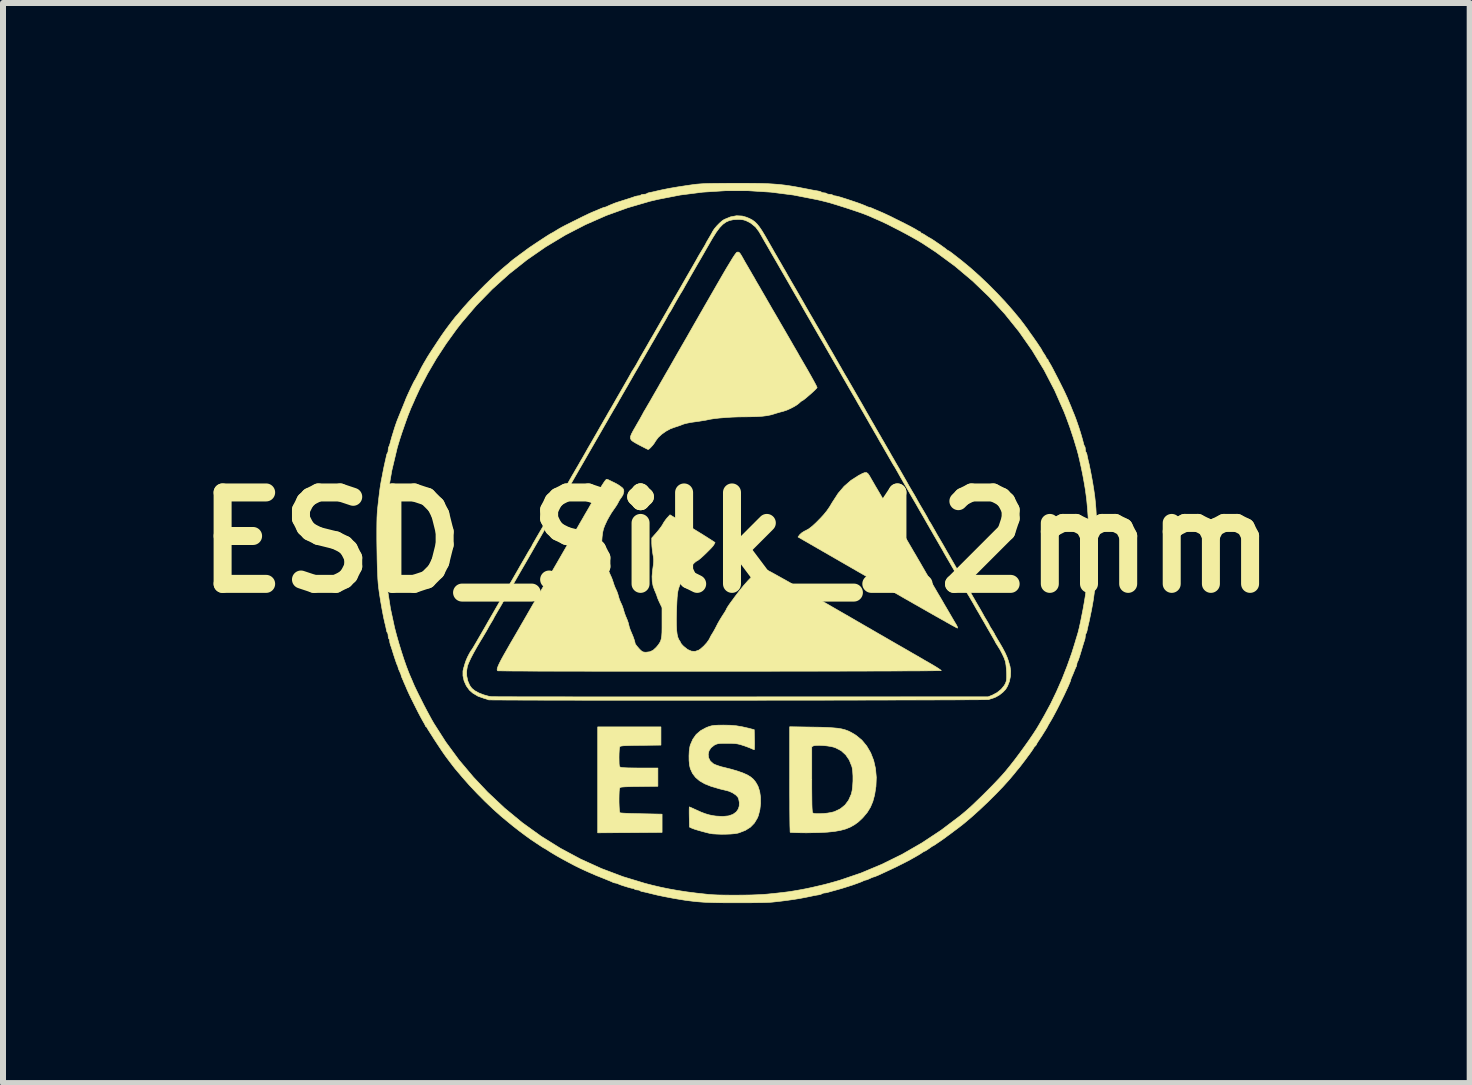
<source format=kicad_pcb>
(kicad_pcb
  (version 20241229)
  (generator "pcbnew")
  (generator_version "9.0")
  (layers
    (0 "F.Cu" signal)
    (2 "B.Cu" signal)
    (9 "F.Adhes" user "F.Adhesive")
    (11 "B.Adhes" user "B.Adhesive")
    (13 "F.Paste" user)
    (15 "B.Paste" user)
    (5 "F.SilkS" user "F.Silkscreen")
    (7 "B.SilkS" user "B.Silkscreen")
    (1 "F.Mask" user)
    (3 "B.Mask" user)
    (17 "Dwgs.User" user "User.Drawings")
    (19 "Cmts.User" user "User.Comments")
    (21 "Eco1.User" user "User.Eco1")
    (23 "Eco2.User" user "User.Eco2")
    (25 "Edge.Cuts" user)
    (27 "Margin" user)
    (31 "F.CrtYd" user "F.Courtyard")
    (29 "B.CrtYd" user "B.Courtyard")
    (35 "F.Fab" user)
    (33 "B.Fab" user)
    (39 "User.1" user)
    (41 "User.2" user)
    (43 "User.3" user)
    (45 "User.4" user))
  (footprint "ESD_Silk_12mm"
    (layer "F.Cu")
    (at 9.224 5.993)
    (property "Reference" "ESD_Silk_12mm" (at 0 0 0) (layer "F.SilkS") (effects (font (size 1.524 1.524) (thickness 0.3))))
    (attr through_hole)
    (fp_poly (pts (xy -1.257 3.377) (xy -1.594 3.381) (xy -1.698 3.382) (xy -1.779 3.384) (xy -1.84 3.386) (xy -1.884 3.388) (xy -1.914 3.392) (xy -1.932 3.396) (xy -1.942 3.402) (xy -1.943 3.404) (xy -1.948 3.423) (xy -1.952 3.462) (xy -1.955 3.516) (xy -1.956 3.577) (xy -1.956 3.578) (xy -1.955 3.644) (xy -1.954 3.688) (xy -1.951 3.717) (xy -1.945 3.734) (xy -1.936 3.743) (xy -1.931 3.746) (xy -1.91 3.75) (xy -1.866 3.754) (xy -1.802 3.757) (xy -1.72 3.758) (xy -1.622 3.759) (xy -1.607 3.759) (xy -1.308 3.759) (xy -1.308 4.063) (xy -1.62 4.067) (xy -1.719 4.068) (xy -1.796 4.07) (xy -1.853 4.072) (xy -1.894 4.075) (xy -1.92 4.078) (xy -1.936 4.083) (xy -1.943 4.089) (xy -1.949 4.11) (xy -1.953 4.15) (xy -1.955 4.203) (xy -1.956 4.264) (xy -1.956 4.328) (xy -1.954 4.389) (xy -1.951 4.442) (xy -1.947 4.482) (xy -1.941 4.503) (xy -1.94 4.505) (xy -1.923 4.508) (xy -1.885 4.511) (xy -1.828 4.514) (xy -1.756 4.517) (xy -1.673 4.519) (xy -1.582 4.521) (xy -1.581 4.521) (xy -1.238 4.528) (xy -1.238 4.832) (xy -1.775 4.836) (xy -2.311 4.839) (xy -2.311 3.073) (xy -1.257 3.073) (xy -1.257 3.377)) (stroke (width 0.01) (type solid)) (fill yes) (layer "F.SilkS"))
    (fp_poly (pts (xy 2.172 -1.165) (xy 2.195 -1.147) (xy 2.22 -1.111) (xy 2.238 -1.079) (xy 2.257 -1.046) (xy 2.285 -0.998) (xy 2.318 -0.94) (xy 2.354 -0.88) (xy 2.356 -0.876) (xy 2.388 -0.822) (xy 2.43 -0.75) (xy 2.48 -0.666) (xy 2.534 -0.573) (xy 2.59 -0.476) (xy 2.646 -0.38) (xy 2.698 -0.29) (xy 2.745 -0.21) (xy 2.783 -0.144) (xy 2.801 -0.114) (xy 2.821 -0.079) (xy 2.851 -0.028) (xy 2.887 0.034) (xy 2.927 0.102) (xy 2.952 0.146) (xy 2.991 0.211) (xy 3.026 0.272) (xy 3.056 0.323) (xy 3.077 0.359) (xy 3.086 0.375) (xy 3.116 0.427) (xy 3.154 0.493) (xy 3.2 0.571) (xy 3.25 0.659) (xy 3.304 0.752) (xy 3.36 0.848) (xy 3.417 0.944) (xy 3.471 1.038) (xy 3.523 1.126) (xy 3.569 1.205) (xy 3.609 1.274) (xy 3.641 1.328) (xy 3.663 1.365) (xy 3.672 1.38) (xy 3.685 1.408) (xy 3.687 1.425) (xy 3.686 1.427) (xy 3.674 1.422) (xy 3.641 1.404) (xy 3.589 1.376) (xy 3.519 1.337) (xy 3.433 1.288) (xy 3.331 1.231) (xy 3.215 1.165) (xy 3.087 1.092) (xy 2.948 1.013) (xy 2.799 0.928) (xy 2.641 0.837) (xy 2.477 0.743) (xy 2.352 0.671) (xy 1.028 -0.092) (xy 1.058 -0.132) (xy 1.09 -0.161) (xy 1.134 -0.189) (xy 1.154 -0.198) (xy 1.205 -0.226) (xy 1.265 -0.272) (xy 1.324 -0.326) (xy 1.399 -0.402) (xy 1.459 -0.467) (xy 1.51 -0.53) (xy 1.556 -0.597) (xy 1.602 -0.674) (xy 1.607 -0.681) (xy 1.697 -0.82) (xy 1.797 -0.937) (xy 1.91 -1.035) (xy 2.039 -1.118) (xy 2.049 -1.123) (xy 2.104 -1.152) (xy 2.143 -1.166) (xy 2.172 -1.165)) (stroke (width 0.01) (type solid)) (fill yes) (layer "F.SilkS"))
    (fp_poly (pts (xy 1.267 3.077) (xy 1.402 3.079) (xy 1.516 3.083) (xy 1.61 3.089) (xy 1.689 3.096) (xy 1.755 3.107) (xy 1.813 3.122) (xy 1.864 3.141) (xy 1.913 3.165) (xy 1.963 3.194) (xy 1.996 3.215) (xy 2.092 3.294) (xy 2.173 3.392) (xy 2.239 3.505) (xy 2.289 3.633) (xy 2.32 3.77) (xy 2.333 3.915) (xy 2.327 4.066) (xy 2.325 4.077) (xy 2.305 4.206) (xy 2.275 4.317) (xy 2.235 4.412) (xy 2.182 4.499) (xy 2.113 4.581) (xy 2.096 4.599) (xy 2.035 4.656) (xy 1.971 4.703) (xy 1.902 4.742) (xy 1.825 4.774) (xy 1.737 4.798) (xy 1.635 4.816) (xy 1.518 4.828) (xy 1.382 4.835) (xy 1.224 4.838) (xy 1.167 4.839) (xy 1.088 4.838) (xy 1.018 4.837) (xy 0.96 4.835) (xy 0.919 4.833) (xy 0.899 4.831) (xy 0.897 4.83) (xy 0.896 4.816) (xy 0.895 4.779) (xy 0.893 4.721) (xy 0.892 4.643) (xy 0.891 4.549) (xy 0.89 4.439) (xy 0.89 4.316) (xy 0.889 4.183) (xy 0.889 4.041) (xy 0.889 3.947) (xy 0.889 3.404) (xy 1.257 3.404) (xy 1.257 3.948) (xy 1.257 4.087) (xy 1.258 4.203) (xy 1.259 4.297) (xy 1.26 4.371) (xy 1.262 4.428) (xy 1.265 4.468) (xy 1.268 4.493) (xy 1.272 4.506) (xy 1.273 4.507) (xy 1.295 4.516) (xy 1.336 4.52) (xy 1.391 4.52) (xy 1.453 4.517) (xy 1.516 4.511) (xy 1.576 4.501) (xy 1.625 4.489) (xy 1.64 4.484) (xy 1.735 4.438) (xy 1.811 4.376) (xy 1.87 4.298) (xy 1.913 4.201) (xy 1.917 4.191) (xy 1.93 4.134) (xy 1.939 4.059) (xy 1.944 3.976) (xy 1.944 3.891) (xy 1.939 3.813) (xy 1.93 3.75) (xy 1.925 3.732) (xy 1.882 3.625) (xy 1.823 3.539) (xy 1.748 3.471) (xy 1.656 3.423) (xy 1.619 3.41) (xy 1.57 3.399) (xy 1.511 3.39) (xy 1.448 3.384) (xy 1.386 3.381) (xy 1.333 3.382) (xy 1.296 3.386) (xy 1.285 3.39) (xy 1.257 3.404) (xy 0.889 3.404) (xy 0.889 3.071) (xy 1.267 3.077)) (stroke (width 0.01) (type solid)) (fill yes) (layer "F.SilkS"))
    (fp_poly (pts (xy -0.101 3.046) (xy 0.000415 3.055) (xy 0.1 3.072) (xy 0.21 3.097) (xy 0.216 3.099) (xy 0.298 3.12) (xy 0.302 3.287) (xy 0.303 3.349) (xy 0.302 3.401) (xy 0.301 3.437) (xy 0.299 3.454) (xy 0.298 3.454) (xy 0.283 3.449) (xy 0.257 3.437) (xy 0.229 3.425) (xy 0.185 3.408) (xy 0.133 3.389) (xy 0.114 3.383) (xy 0.064 3.367) (xy 0.021 3.357) (xy -0.022 3.351) (xy -0.075 3.348) (xy -0.144 3.347) (xy -0.152 3.347) (xy -0.22 3.347) (xy -0.268 3.349) (xy -0.303 3.353) (xy -0.329 3.36) (xy -0.354 3.371) (xy -0.368 3.378) (xy -0.422 3.421) (xy -0.456 3.473) (xy -0.469 3.53) (xy -0.462 3.588) (xy -0.435 3.642) (xy -0.386 3.686) (xy -0.384 3.688) (xy -0.35 3.704) (xy -0.3 3.722) (xy -0.243 3.74) (xy -0.216 3.746) (xy -0.085 3.779) (xy 0.023 3.811) (xy 0.111 3.842) (xy 0.183 3.874) (xy 0.24 3.909) (xy 0.285 3.948) (xy 0.322 3.994) (xy 0.352 4.046) (xy 0.362 4.066) (xy 0.389 4.149) (xy 0.403 4.247) (xy 0.404 4.351) (xy 0.392 4.454) (xy 0.368 4.549) (xy 0.352 4.59) (xy 0.301 4.676) (xy 0.234 4.745) (xy 0.15 4.798) (xy 0.046 4.838) (xy 0.022 4.845) (xy -0.026 4.853) (xy -0.092 4.859) (xy -0.169 4.862) (xy -0.25 4.863) (xy -0.328 4.86) (xy -0.396 4.856) (xy -0.445 4.848) (xy -0.502 4.834) (xy -0.566 4.817) (xy -0.63 4.799) (xy -0.687 4.782) (xy -0.729 4.767) (xy -0.746 4.76) (xy -0.781 4.743) (xy -0.785 4.575) (xy -0.786 4.513) (xy -0.786 4.461) (xy -0.785 4.425) (xy -0.784 4.408) (xy -0.783 4.407) (xy -0.77 4.412) (xy -0.74 4.425) (xy -0.697 4.445) (xy -0.672 4.456) (xy -0.586 4.495) (xy -0.514 4.522) (xy -0.448 4.541) (xy -0.382 4.554) (xy -0.339 4.56) (xy -0.226 4.566) (xy -0.132 4.557) (xy -0.058 4.532) (xy -0.001 4.491) (xy 0.033 4.442) (xy 0.048 4.393) (xy 0.05 4.333) (xy 0.039 4.276) (xy 0.026 4.245) (xy -0.007 4.21) (xy -0.057 4.176) (xy -0.116 4.148) (xy -0.146 4.139) (xy -0.177 4.131) (xy -0.223 4.12) (xy -0.276 4.107) (xy -0.286 4.104) (xy -0.417 4.066) (xy -0.525 4.023) (xy -0.612 3.973) (xy -0.68 3.915) (xy -0.731 3.848) (xy -0.767 3.769) (xy -0.768 3.766) (xy -0.781 3.708) (xy -0.788 3.634) (xy -0.789 3.554) (xy -0.785 3.474) (xy -0.775 3.406) (xy -0.767 3.374) (xy -0.725 3.278) (xy -0.669 3.199) (xy -0.595 3.136) (xy -0.501 3.085) (xy -0.448 3.065) (xy -0.411 3.055) (xy -0.364 3.048) (xy -0.301 3.045) (xy -0.219 3.044) (xy -0.216 3.044) (xy -0.101 3.046)) (stroke (width 0.01) (type solid)) (fill yes) (layer "F.SilkS"))
    (fp_poly (pts (xy 0.043 -4.838) (xy 0.061 -4.82) (xy 0.084 -4.785) (xy 0.114 -4.732) (xy 0.143 -4.68) (xy 0.175 -4.625) (xy 0.194 -4.593) (xy 0.219 -4.549) (xy 0.243 -4.509) (xy 0.254 -4.489) (xy 0.269 -4.463) (xy 0.294 -4.421) (xy 0.323 -4.369) (xy 0.349 -4.324) (xy 0.381 -4.27) (xy 0.41 -4.219) (xy 0.433 -4.179) (xy 0.445 -4.159) (xy 0.456 -4.14) (xy 0.478 -4.102) (xy 0.51 -4.046) (xy 0.55 -3.977) (xy 0.597 -3.895) (xy 0.65 -3.805) (xy 0.706 -3.709) (xy 0.724 -3.677) (xy 0.784 -3.574) (xy 0.842 -3.474) (xy 0.897 -3.379) (xy 0.947 -3.292) (xy 0.99 -3.218) (xy 1.025 -3.158) (xy 1.048 -3.116) (xy 1.051 -3.111) (xy 1.082 -3.058) (xy 1.111 -3.008) (xy 1.133 -2.97) (xy 1.143 -2.953) (xy 1.183 -2.884) (xy 1.222 -2.815) (xy 1.26 -2.748) (xy 1.293 -2.688) (xy 1.32 -2.638) (xy 1.338 -2.602) (xy 1.346 -2.584) (xy 1.346 -2.583) (xy 1.337 -2.57) (xy 1.313 -2.545) (xy 1.278 -2.512) (xy 1.237 -2.475) (xy 1.194 -2.438) (xy 1.154 -2.404) (xy 1.121 -2.378) (xy 1.099 -2.364) (xy 1.095 -2.362) (xy 1.08 -2.354) (xy 1.057 -2.333) (xy 1.054 -2.33) (xy 1.019 -2.301) (xy 0.967 -2.268) (xy 0.906 -2.236) (xy 0.844 -2.208) (xy 0.788 -2.189) (xy 0.774 -2.185) (xy 0.72 -2.171) (xy 0.662 -2.154) (xy 0.641 -2.147) (xy 0.582 -2.129) (xy 0.514 -2.115) (xy 0.434 -2.105) (xy 0.339 -2.099) (xy 0.224 -2.096) (xy 0.15 -2.095) (xy 0.04 -2.094) (xy -0.072 -2.09) (xy -0.181 -2.083) (xy -0.281 -2.075) (xy -0.37 -2.065) (xy -0.44 -2.054) (xy -0.477 -2.046) (xy -0.509 -2.039) (xy -0.56 -2.031) (xy -0.621 -2.021) (xy -0.686 -2.012) (xy -0.757 -2.002) (xy -0.822 -1.989) (xy -0.874 -1.976) (xy -0.9 -1.966) (xy -0.947 -1.948) (xy -1.001 -1.93) (xy -1.026 -1.922) (xy -1.1 -1.895) (xy -1.175 -1.854) (xy -1.245 -1.804) (xy -1.304 -1.749) (xy -1.345 -1.693) (xy -1.347 -1.69) (xy -1.367 -1.657) (xy -1.394 -1.621) (xy -1.424 -1.588) (xy -1.45 -1.562) (xy -1.468 -1.551) (xy -1.469 -1.55) (xy -1.484 -1.556) (xy -1.516 -1.572) (xy -1.561 -1.595) (xy -1.615 -1.623) (xy -1.616 -1.623) (xy -1.678 -1.657) (xy -1.723 -1.684) (xy -1.752 -1.708) (xy -1.765 -1.735) (xy -1.764 -1.768) (xy -1.748 -1.81) (xy -1.718 -1.867) (xy -1.675 -1.941) (xy -1.671 -1.949) (xy -1.635 -2.011) (xy -1.604 -2.065) (xy -1.581 -2.107) (xy -1.566 -2.134) (xy -1.562 -2.141) (xy -1.556 -2.153) (xy -1.541 -2.181) (xy -1.522 -2.212) (xy -1.501 -2.248) (xy -1.471 -2.3) (xy -1.435 -2.361) (xy -1.398 -2.426) (xy -1.387 -2.445) (xy -1.352 -2.506) (xy -1.319 -2.563) (xy -1.292 -2.61) (xy -1.274 -2.643) (xy -1.27 -2.65) (xy -1.257 -2.672) (xy -1.234 -2.712) (xy -1.202 -2.768) (xy -1.164 -2.834) (xy -1.121 -2.908) (xy -1.092 -2.959) (xy -1.048 -3.036) (xy -1.007 -3.108) (xy -0.971 -3.171) (xy -0.942 -3.222) (xy -0.922 -3.256) (xy -0.915 -3.269) (xy -0.885 -3.32) (xy -0.85 -3.381) (xy -0.811 -3.449) (xy -0.772 -3.518) (xy -0.733 -3.586) (xy -0.697 -3.649) (xy -0.667 -3.701) (xy -0.644 -3.741) (xy -0.632 -3.763) (xy -0.63 -3.766) (xy -0.621 -3.782) (xy -0.601 -3.817) (xy -0.57 -3.87) (xy -0.531 -3.939) (xy -0.484 -4.02) (xy -0.432 -4.111) (xy -0.374 -4.211) (xy -0.319 -4.307) (xy -0.237 -4.449) (xy -0.167 -4.569) (xy -0.108 -4.666) (xy -0.062 -4.742) (xy -0.027 -4.795) (xy -0.003 -4.827) (xy 0.007 -4.837) (xy 0.026 -4.842) (xy 0.043 -4.838)) (stroke (width 0.01) (type solid)) (fill yes) (layer "F.SilkS"))
    (fp_poly (pts (xy -2.138 -1.048) (xy -2.124 -1.041) (xy -2.099 -1.029) (xy -2.063 -1.011) (xy -2.045 -1.003) (xy -2 -0.98) (xy -1.951 -0.95) (xy -1.93 -0.935) (xy -1.897 -0.909) (xy -1.881 -0.887) (xy -1.876 -0.864) (xy -1.876 -0.845) (xy -1.89 -0.795) (xy -1.911 -0.76) (xy -1.937 -0.724) (xy -1.963 -0.681) (xy -1.968 -0.669) (xy -1.989 -0.631) (xy -2.02 -0.584) (xy -2.051 -0.54) (xy -2.083 -0.493) (xy -2.118 -0.434) (xy -2.153 -0.371) (xy -2.166 -0.343) (xy -2.195 -0.28) (xy -2.214 -0.229) (xy -2.226 -0.178) (xy -2.235 -0.116) (xy -2.238 -0.091) (xy -2.244 -0.005) (xy -2.243 0.081) (xy -2.237 0.162) (xy -2.225 0.231) (xy -2.209 0.284) (xy -2.198 0.304) (xy -2.182 0.333) (xy -2.163 0.377) (xy -2.145 0.425) (xy -2.128 0.475) (xy -2.109 0.521) (xy -2.095 0.552) (xy -2.079 0.586) (xy -2.062 0.633) (xy -2.052 0.663) (xy -2.036 0.712) (xy -2.018 0.757) (xy -2.008 0.778) (xy -1.991 0.815) (xy -1.974 0.862) (xy -1.967 0.889) (xy -1.952 0.94) (xy -1.932 0.991) (xy -1.922 1.011) (xy -1.901 1.058) (xy -1.883 1.111) (xy -1.879 1.126) (xy -1.865 1.174) (xy -1.845 1.228) (xy -1.833 1.255) (xy -1.814 1.302) (xy -1.799 1.347) (xy -1.794 1.37) (xy -1.785 1.407) (xy -1.769 1.454) (xy -1.753 1.492) (xy -1.723 1.563) (xy -1.702 1.622) (xy -1.69 1.664) (xy -1.689 1.677) (xy -1.681 1.695) (xy -1.659 1.725) (xy -1.629 1.76) (xy -1.628 1.762) (xy -1.594 1.797) (xy -1.569 1.817) (xy -1.545 1.826) (xy -1.515 1.829) (xy -1.506 1.829) (xy -1.442 1.821) (xy -1.388 1.796) (xy -1.337 1.749) (xy -1.335 1.747) (xy -1.304 1.71) (xy -1.281 1.677) (xy -1.263 1.644) (xy -1.252 1.606) (xy -1.244 1.56) (xy -1.24 1.5) (xy -1.239 1.423) (xy -1.239 1.34) (xy -1.239 1.086) (xy -1.28 1) (xy -1.3 0.957) (xy -1.314 0.922) (xy -1.321 0.902) (xy -1.321 0.901) (xy -1.326 0.884) (xy -1.339 0.851) (xy -1.357 0.808) (xy -1.359 0.805) (xy -1.387 0.729) (xy -1.402 0.651) (xy -1.405 0.564) (xy -1.396 0.463) (xy -1.392 0.434) (xy -1.383 0.37) (xy -1.379 0.321) (xy -1.379 0.279) (xy -1.384 0.234) (xy -1.391 0.194) (xy -1.4 0.131) (xy -1.407 0.066) (xy -1.41 0.011) (xy -1.41 0.005) (xy -1.41 -0.075) (xy -1.327 -0.169) (xy -1.289 -0.215) (xy -1.256 -0.259) (xy -1.232 -0.294) (xy -1.226 -0.306) (xy -1.206 -0.34) (xy -1.177 -0.381) (xy -1.157 -0.406) (xy -1.106 -0.462) (xy -0.855 -0.311) (xy -0.774 -0.262) (xy -0.691 -0.212) (xy -0.613 -0.164) (xy -0.544 -0.121) (xy -0.49 -0.087) (xy -0.479 -0.08) (xy -0.355 -0.000246) (xy -0.374 0.036) (xy -0.389 0.058) (xy -0.418 0.091) (xy -0.457 0.131) (xy -0.5 0.174) (xy -0.545 0.217) (xy -0.587 0.255) (xy -0.622 0.284) (xy -0.646 0.302) (xy -0.653 0.305) (xy -0.672 0.315) (xy -0.702 0.341) (xy -0.739 0.379) (xy -0.78 0.425) (xy -0.819 0.473) (xy -0.854 0.521) (xy -0.881 0.562) (xy -0.897 0.593) (xy -0.898 0.597) (xy -0.907 0.627) (xy -0.924 0.668) (xy -0.935 0.693) (xy -0.951 0.732) (xy -0.964 0.769) (xy -0.974 0.81) (xy -0.981 0.858) (xy -0.987 0.917) (xy -0.991 0.992) (xy -0.995 1.086) (xy -0.997 1.143) (xy -1 1.272) (xy -0.999 1.377) (xy -0.995 1.462) (xy -0.987 1.529) (xy -0.975 1.58) (xy -0.959 1.618) (xy -0.952 1.628) (xy -0.935 1.655) (xy -0.927 1.673) (xy -0.927 1.673) (xy -0.919 1.687) (xy -0.897 1.712) (xy -0.879 1.73) (xy -0.813 1.783) (xy -0.749 1.811) (xy -0.687 1.815) (xy -0.627 1.794) (xy -0.596 1.773) (xy -0.542 1.725) (xy -0.492 1.67) (xy -0.454 1.616) (xy -0.442 1.592) (xy -0.423 1.554) (xy -0.402 1.52) (xy -0.383 1.489) (xy -0.359 1.446) (xy -0.341 1.412) (xy -0.308 1.347) (xy -0.277 1.293) (xy -0.244 1.239) (xy -0.213 1.191) (xy -0.189 1.154) (xy -0.172 1.124) (xy -0.165 1.109) (xy -0.158 1.094) (xy -0.14 1.065) (xy -0.115 1.028) (xy -0.083 0.984) (xy -0.051 0.941) (xy -0.032 0.914) (xy 0.046 0.811) (xy 0.123 0.716) (xy 0.198 0.631) (xy 0.268 0.559) (xy 0.331 0.501) (xy 0.385 0.46) (xy 0.429 0.436) (xy 0.452 0.432) (xy 0.47 0.438) (xy 0.509 0.458) (xy 0.57 0.489) (xy 0.652 0.534) (xy 0.754 0.591) (xy 0.876 0.659) (xy 1.018 0.74) (xy 1.18 0.832) (xy 1.361 0.936) (xy 1.447 0.986) (xy 1.596 1.072) (xy 1.743 1.157) (xy 1.886 1.239) (xy 2.022 1.318) (xy 2.15 1.392) (xy 2.268 1.46) (xy 2.373 1.521) (xy 2.464 1.573) (xy 2.538 1.616) (xy 2.593 1.648) (xy 2.616 1.661) (xy 2.692 1.705) (xy 2.769 1.749) (xy 2.842 1.791) (xy 2.904 1.827) (xy 2.94 1.848) (xy 2.993 1.878) (xy 3.06 1.917) (xy 3.135 1.961) (xy 3.209 2.003) (xy 3.235 2.018) (xy 3.296 2.054) (xy 3.348 2.086) (xy 3.387 2.112) (xy 3.411 2.129) (xy 3.416 2.135) (xy 3.404 2.136) (xy 3.367 2.136) (xy 3.307 2.137) (xy 3.226 2.138) (xy 3.124 2.139) (xy 3.003 2.14) (xy 2.863 2.14) (xy 2.707 2.141) (xy 2.535 2.142) (xy 2.349 2.142) (xy 2.149 2.143) (xy 1.938 2.143) (xy 1.715 2.144) (xy 1.483 2.144) (xy 1.242 2.145) (xy 0.995 2.145) (xy 0.741 2.145) (xy 0.483 2.146) (xy 0.221 2.146) (xy -0.043 2.146) (xy -0.308 2.146) (xy -0.574 2.146) (xy -0.837 2.146) (xy -1.099 2.146) (xy -1.356 2.146) (xy -1.609 2.146) (xy -1.855 2.146) (xy -2.094 2.146) (xy -2.324 2.146) (xy -2.544 2.145) (xy -2.754 2.145) (xy -2.951 2.145) (xy -3.134 2.144) (xy -3.303 2.144) (xy -3.456 2.143) (xy -3.592 2.142) (xy -3.709 2.142) (xy -3.807 2.141) (xy -3.884 2.14) (xy -3.94 2.139) (xy -3.971 2.139) (xy -3.979 2.138) (xy -3.986 2.127) (xy -3.987 2.11) (xy -3.981 2.086) (xy -3.968 2.052) (xy -3.947 2.007) (xy -3.917 1.948) (xy -3.876 1.874) (xy -3.824 1.783) (xy -3.761 1.672) (xy -3.745 1.645) (xy -3.689 1.549) (xy -3.636 1.458) (xy -3.588 1.374) (xy -3.546 1.302) (xy -3.512 1.243) (xy -3.487 1.2) (xy -3.474 1.176) (xy -3.473 1.175) (xy -3.454 1.142) (xy -3.426 1.093) (xy -3.392 1.034) (xy -3.355 0.971) (xy -3.32 0.91) (xy -3.29 0.858) (xy -3.289 0.857) (xy -3.273 0.83) (xy -3.249 0.788) (xy -3.219 0.737) (xy -3.197 0.699) (xy -3.176 0.662) (xy -3.144 0.606) (xy -3.102 0.534) (xy -3.053 0.449) (xy -2.998 0.354) (xy -2.939 0.252) (xy -2.878 0.146) (xy -2.845 0.089) (xy -2.783 -0.018) (xy -2.722 -0.122) (xy -2.665 -0.221) (xy -2.613 -0.312) (xy -2.567 -0.391) (xy -2.53 -0.456) (xy -2.502 -0.504) (xy -2.492 -0.521) (xy -2.461 -0.574) (xy -2.433 -0.624) (xy -2.41 -0.662) (xy -2.4 -0.679) (xy -2.386 -0.704) (xy -2.362 -0.745) (xy -2.331 -0.798) (xy -2.296 -0.859) (xy -2.28 -0.886) (xy -2.245 -0.944) (xy -2.213 -0.994) (xy -2.187 -1.031) (xy -2.169 -1.051) (xy -2.164 -1.054) (xy -2.138 -1.048)) (stroke (width 0.01) (type solid)) (fill yes) (layer "F.SilkS"))
    (fp_poly (pts (xy 0.098 -5.442) (xy 0.162 -5.424) (xy 0.217 -5.402) (xy 0.264 -5.377) (xy 0.306 -5.347) (xy 0.345 -5.309) (xy 0.385 -5.259) (xy 0.429 -5.194) (xy 0.479 -5.111) (xy 0.509 -5.059) (xy 0.56 -4.97) (xy 0.6 -4.9) (xy 0.631 -4.845) (xy 0.656 -4.802) (xy 0.677 -4.767) (xy 0.694 -4.736) (xy 0.711 -4.707) (xy 0.73 -4.675) (xy 0.749 -4.642) (xy 0.78 -4.587) (xy 0.811 -4.535) (xy 0.835 -4.493) (xy 0.844 -4.477) (xy 0.856 -4.455) (xy 0.88 -4.414) (xy 0.913 -4.356) (xy 0.955 -4.284) (xy 1.004 -4.2) (xy 1.058 -4.106) (xy 1.116 -4.006) (xy 1.155 -3.937) (xy 1.215 -3.833) (xy 1.272 -3.735) (xy 1.324 -3.644) (xy 1.371 -3.564) (xy 1.41 -3.496) (xy 1.44 -3.444) (xy 1.46 -3.409) (xy 1.467 -3.397) (xy 1.482 -3.37) (xy 1.508 -3.325) (xy 1.541 -3.267) (xy 1.579 -3.202) (xy 1.613 -3.143) (xy 1.652 -3.075) (xy 1.689 -3.01) (xy 1.721 -2.954) (xy 1.746 -2.912) (xy 1.758 -2.889) (xy 1.778 -2.855) (xy 1.805 -2.808) (xy 1.837 -2.754) (xy 1.851 -2.731) (xy 1.876 -2.687) (xy 1.911 -2.627) (xy 1.953 -2.554) (xy 1.999 -2.474) (xy 2.047 -2.391) (xy 2.093 -2.311) (xy 2.135 -2.237) (xy 2.17 -2.175) (xy 2.194 -2.134) (xy 2.211 -2.104) (xy 2.236 -2.06) (xy 2.267 -2.006) (xy 2.293 -1.962) (xy 2.324 -1.907) (xy 2.353 -1.857) (xy 2.376 -1.817) (xy 2.388 -1.797) (xy 2.404 -1.77) (xy 2.428 -1.727) (xy 2.458 -1.677) (xy 2.476 -1.645) (xy 2.508 -1.59) (xy 2.538 -1.538) (xy 2.562 -1.496) (xy 2.571 -1.48) (xy 2.586 -1.453) (xy 2.612 -1.409) (xy 2.645 -1.351) (xy 2.684 -1.284) (xy 2.726 -1.212) (xy 2.735 -1.196) (xy 2.775 -1.126) (xy 2.81 -1.065) (xy 2.839 -1.015) (xy 2.859 -0.979) (xy 2.869 -0.961) (xy 2.87 -0.959) (xy 2.876 -0.948) (xy 2.893 -0.919) (xy 2.917 -0.878) (xy 2.94 -0.839) (xy 2.969 -0.791) (xy 2.991 -0.752) (xy 3.006 -0.726) (xy 3.01 -0.718) (xy 3.016 -0.706) (xy 3.033 -0.677) (xy 3.058 -0.633) (xy 3.09 -0.579) (xy 3.105 -0.553) (xy 3.139 -0.496) (xy 3.167 -0.447) (xy 3.188 -0.41) (xy 3.199 -0.388) (xy 3.2 -0.385) (xy 3.207 -0.371) (xy 3.223 -0.346) (xy 3.224 -0.345) (xy 3.243 -0.315) (xy 3.267 -0.273) (xy 3.285 -0.241) (xy 3.31 -0.198) (xy 3.341 -0.142) (xy 3.375 -0.084) (xy 3.387 -0.064) (xy 3.419 -0.009) (xy 3.45 0.044) (xy 3.475 0.088) (xy 3.483 0.102) (xy 3.497 0.127) (xy 3.523 0.172) (xy 3.557 0.231) (xy 3.598 0.302) (xy 3.644 0.382) (xy 3.693 0.467) (xy 3.702 0.483) (xy 3.751 0.568) (xy 3.797 0.648) (xy 3.839 0.72) (xy 3.873 0.78) (xy 3.9 0.826) (xy 3.916 0.854) (xy 3.918 0.857) (xy 3.935 0.888) (xy 3.962 0.934) (xy 3.994 0.99) (xy 4.029 1.05) (xy 4.031 1.053) (xy 4.062 1.106) (xy 4.088 1.152) (xy 4.106 1.184) (xy 4.115 1.2) (xy 4.115 1.2) (xy 4.121 1.212) (xy 4.137 1.24) (xy 4.16 1.278) (xy 4.166 1.288) (xy 4.19 1.328) (xy 4.208 1.36) (xy 4.216 1.376) (xy 4.216 1.377) (xy 4.223 1.391) (xy 4.239 1.419) (xy 4.261 1.453) (xy 4.284 1.49) (xy 4.3 1.517) (xy 4.305 1.528) (xy 4.311 1.541) (xy 4.328 1.57) (xy 4.352 1.612) (xy 4.376 1.651) (xy 4.437 1.756) (xy 4.483 1.844) (xy 4.515 1.917) (xy 4.533 1.968) (xy 4.546 2.012) (xy 4.558 2.053) (xy 4.561 2.062) (xy 4.573 2.139) (xy 4.57 2.225) (xy 4.552 2.313) (xy 4.521 2.393) (xy 4.489 2.447) (xy 4.443 2.495) (xy 4.385 2.541) (xy 4.324 2.576) (xy 4.287 2.591) (xy 4.246 2.604) (xy 4.212 2.615) (xy 4.206 2.618) (xy 4.192 2.618) (xy 4.153 2.619) (xy 4.091 2.62) (xy 4.008 2.621) (xy 3.903 2.621) (xy 3.779 2.622) (xy 3.637 2.623) (xy 3.477 2.623) (xy 3.301 2.624) (xy 3.11 2.624) (xy 2.905 2.625) (xy 2.687 2.625) (xy 2.458 2.626) (xy 2.218 2.626) (xy 1.97 2.627) (xy 1.713 2.627) (xy 1.449 2.628) (xy 1.179 2.628) (xy 0.904 2.628) (xy 0.626 2.628) (xy 0.346 2.629) (xy 0.064 2.629) (xy -0.218 2.629) (xy -0.499 2.629) (xy -0.777 2.629) (xy -1.053 2.629) (xy -1.323 2.629) (xy -1.589 2.629) (xy -1.847 2.629) (xy -2.097 2.629) (xy -2.339 2.629) (xy -2.57 2.629) (xy -2.79 2.628) (xy -2.997 2.628) (xy -3.191 2.628) (xy -3.369 2.627) (xy -3.532 2.627) (xy -3.678 2.626) (xy -3.805 2.626) (xy -3.914 2.625) (xy -4.001 2.625) (xy -4.067 2.624) (xy -4.11 2.623) (xy -4.129 2.623) (xy -4.13 2.622) (xy -4.145 2.616) (xy -4.177 2.606) (xy -4.207 2.597) (xy -4.306 2.562) (xy -4.393 2.51) (xy -4.449 2.461) (xy -4.501 2.389) (xy -4.538 2.307) (xy -4.557 2.222) (xy -4.557 2.141) (xy -4.556 2.139) (xy -4.496 2.139) (xy -4.494 2.225) (xy -4.476 2.308) (xy -4.444 2.382) (xy -4.409 2.43) (xy -4.359 2.471) (xy -4.291 2.508) (xy -4.211 2.539) (xy -4.129 2.562) (xy -4.077 2.57) (xy -4.061 2.57) (xy -4.02 2.57) (xy -3.956 2.571) (xy -3.87 2.571) (xy -3.762 2.571) (xy -3.633 2.572) (xy -3.485 2.572) (xy -3.318 2.572) (xy -3.133 2.572) (xy -2.931 2.572) (xy -2.714 2.573) (xy -2.482 2.573) (xy -2.236 2.573) (xy -1.977 2.573) (xy -1.706 2.573) (xy -1.423 2.573) (xy -1.131 2.573) (xy -0.83 2.573) (xy -0.521 2.573) (xy -0.204 2.573) (xy 0.083 2.573) (xy 4.197 2.572) (xy 4.269 2.543) (xy 4.346 2.502) (xy 4.414 2.447) (xy 4.465 2.385) (xy 4.482 2.355) (xy 4.495 2.324) (xy 4.503 2.293) (xy 4.506 2.256) (xy 4.506 2.206) (xy 4.505 2.167) (xy 4.501 2.105) (xy 4.495 2.046) (xy 4.488 1.999) (xy 4.484 1.982) (xy 4.465 1.927) (xy 4.434 1.86) (xy 4.397 1.789) (xy 4.356 1.723) (xy 4.354 1.719) (xy 4.333 1.687) (xy 4.32 1.666) (xy 4.318 1.66) (xy 4.312 1.648) (xy 4.295 1.617) (xy 4.268 1.57) (xy 4.233 1.509) (xy 4.192 1.438) (xy 4.146 1.358) (xy 4.139 1.345) (xy 4.09 1.261) (xy 4.045 1.182) (xy 4.003 1.111) (xy 3.969 1.051) (xy 3.943 1.005) (xy 3.928 0.979) (xy 3.927 0.978) (xy 3.901 0.933) (xy 3.874 0.887) (xy 3.865 0.873) (xy 3.847 0.843) (xy 3.837 0.823) (xy 3.835 0.82) (xy 3.829 0.807) (xy 3.813 0.777) (xy 3.788 0.736) (xy 3.766 0.697) (xy 3.737 0.65) (xy 3.714 0.611) (xy 3.7 0.586) (xy 3.696 0.578) (xy 3.69 0.567) (xy 3.673 0.537) (xy 3.648 0.493) (xy 3.616 0.437) (xy 3.586 0.386) (xy 3.548 0.32) (xy 3.511 0.257) (xy 3.48 0.203) (xy 3.457 0.163) (xy 3.448 0.146) (xy 3.431 0.116) (xy 3.404 0.07) (xy 3.372 0.014) (xy 3.336 -0.048) (xy 3.327 -0.064) (xy 3.291 -0.125) (xy 3.258 -0.184) (xy 3.229 -0.233) (xy 3.21 -0.267) (xy 3.207 -0.273) (xy 3.193 -0.296) (xy 3.169 -0.338) (xy 3.136 -0.396) (xy 3.095 -0.467) (xy 3.048 -0.548) (xy 2.998 -0.636) (xy 2.965 -0.692) (xy 2.904 -0.797) (xy 2.855 -0.883) (xy 2.815 -0.952) (xy 2.783 -1.007) (xy 2.758 -1.052) (xy 2.737 -1.087) (xy 2.72 -1.118) (xy 2.705 -1.145) (xy 2.69 -1.172) (xy 2.674 -1.2) (xy 2.653 -1.237) (xy 2.636 -1.266) (xy 2.629 -1.276) (xy 2.617 -1.295) (xy 2.599 -1.326) (xy 2.592 -1.338) (xy 2.576 -1.366) (xy 2.55 -1.411) (xy 2.518 -1.467) (xy 2.482 -1.529) (xy 2.468 -1.553) (xy 2.432 -1.617) (xy 2.397 -1.676) (xy 2.368 -1.727) (xy 2.348 -1.763) (xy 2.343 -1.772) (xy 2.326 -1.801) (xy 2.299 -1.847) (xy 2.267 -1.904) (xy 2.231 -1.965) (xy 2.222 -1.981) (xy 2.187 -2.043) (xy 2.153 -2.101) (xy 2.125 -2.151) (xy 2.105 -2.185) (xy 2.102 -2.191) (xy 2.089 -2.212) (xy 2.066 -2.253) (xy 2.032 -2.311) (xy 1.991 -2.384) (xy 1.942 -2.468) (xy 1.888 -2.561) (xy 1.83 -2.662) (xy 1.79 -2.731) (xy 1.731 -2.834) (xy 1.674 -2.932) (xy 1.622 -3.022) (xy 1.577 -3.101) (xy 1.538 -3.168) (xy 1.509 -3.219) (xy 1.489 -3.253) (xy 1.483 -3.264) (xy 1.469 -3.289) (xy 1.444 -3.332) (xy 1.412 -3.387) (xy 1.374 -3.452) (xy 1.336 -3.518) (xy 1.289 -3.599) (xy 1.239 -3.687) (xy 1.188 -3.775) (xy 1.143 -3.853) (xy 1.12 -3.893) (xy 1.085 -3.955) (xy 1.052 -4.013) (xy 1.024 -4.061) (xy 1.005 -4.095) (xy 1 -4.102) (xy 0.985 -4.128) (xy 0.959 -4.173) (xy 0.924 -4.234) (xy 0.882 -4.308) (xy 0.834 -4.391) (xy 0.782 -4.481) (xy 0.728 -4.575) (xy 0.674 -4.669) (xy 0.621 -4.76) (xy 0.571 -4.846) (xy 0.527 -4.923) (xy 0.521 -4.934) (xy 0.481 -5.002) (xy 0.445 -5.065) (xy 0.414 -5.12) (xy 0.39 -5.161) (xy 0.378 -5.182) (xy 0.32 -5.259) (xy 0.243 -5.322) (xy 0.198 -5.347) (xy 0.153 -5.368) (xy 0.113 -5.379) (xy 0.067 -5.384) (xy 0.024 -5.385) (xy -0.05 -5.381) (xy -0.115 -5.367) (xy -0.172 -5.342) (xy -0.226 -5.303) (xy -0.279 -5.248) (xy -0.334 -5.174) (xy -0.393 -5.08) (xy -0.419 -5.036) (xy -0.435 -5.008) (xy -0.462 -4.961) (xy -0.499 -4.897) (xy -0.543 -4.82) (xy -0.594 -4.731) (xy -0.651 -4.634) (xy -0.71 -4.531) (xy -0.732 -4.493) (xy -0.77 -4.427) (xy -0.806 -4.363) (xy -0.838 -4.307) (xy -0.862 -4.265) (xy -0.867 -4.255) (xy -0.889 -4.216) (xy -0.907 -4.185) (xy -0.915 -4.172) (xy -0.927 -4.154) (xy -0.948 -4.118) (xy -0.976 -4.07) (xy -1.008 -4.014) (xy -1.041 -3.955) (xy -1.058 -3.924) (xy -1.082 -3.881) (xy -1.106 -3.841) (xy -1.12 -3.821) (xy -1.136 -3.796) (xy -1.143 -3.781) (xy -1.143 -3.781) (xy -1.149 -3.769) (xy -1.166 -3.738) (xy -1.19 -3.695) (xy -1.221 -3.642) (xy -1.227 -3.631) (xy -1.262 -3.571) (xy -1.294 -3.515) (xy -1.322 -3.468) (xy -1.34 -3.436) (xy -1.34 -3.435) (xy -1.354 -3.411) (xy -1.378 -3.369) (xy -1.412 -3.311) (xy -1.452 -3.241) (xy -1.498 -3.162) (xy -1.546 -3.077) (xy -1.556 -3.061) (xy -1.605 -2.976) (xy -1.651 -2.896) (xy -1.693 -2.824) (xy -1.728 -2.763) (xy -1.754 -2.717) (xy -1.77 -2.689) (xy -1.772 -2.686) (xy -1.791 -2.653) (xy -1.818 -2.605) (xy -1.85 -2.551) (xy -1.867 -2.521) (xy -1.899 -2.466) (xy -1.93 -2.411) (xy -1.956 -2.367) (xy -1.965 -2.349) (xy -1.99 -2.306) (xy -2.02 -2.254) (xy -2.039 -2.223) (xy -2.052 -2.201) (xy -2.076 -2.159) (xy -2.11 -2.101) (xy -2.152 -2.027) (xy -2.202 -1.941) (xy -2.257 -1.845) (xy -2.317 -1.741) (xy -2.38 -1.632) (xy -2.445 -1.519) (xy -2.51 -1.406) (xy -2.574 -1.295) (xy -2.636 -1.188) (xy -2.694 -1.087) (xy -2.746 -0.996) (xy -2.792 -0.915) (xy -2.831 -0.848) (xy -2.86 -0.798) (xy -2.878 -0.765) (xy -2.88 -0.762) (xy -2.896 -0.734) (xy -2.917 -0.698) (xy -2.944 -0.651) (xy -2.978 -0.591) (xy -3.021 -0.516) (xy -3.075 -0.423) (xy -3.139 -0.311) (xy -3.143 -0.305) (xy -3.174 -0.252) (xy -3.214 -0.182) (xy -3.262 -0.098) (xy -3.315 -0.007) (xy -3.37 0.089) (xy -3.424 0.184) (xy -3.432 0.197) (xy -3.489 0.297) (xy -3.55 0.402) (xy -3.612 0.509) (xy -3.67 0.61) (xy -3.722 0.701) (xy -3.764 0.773) (xy -3.804 0.842) (xy -3.839 0.903) (xy -3.868 0.954) (xy -3.888 0.989) (xy -3.898 1.008) (xy -3.899 1.009) (xy -3.905 1.021) (xy -3.922 1.05) (xy -3.946 1.091) (xy -3.969 1.129) (xy -3.997 1.177) (xy -4.02 1.217) (xy -4.035 1.243) (xy -4.039 1.251) (xy -4.045 1.264) (xy -4.061 1.293) (xy -4.084 1.331) (xy -4.087 1.336) (xy -4.112 1.378) (xy -4.132 1.413) (xy -4.143 1.434) (xy -4.143 1.435) (xy -4.153 1.452) (xy -4.172 1.486) (xy -4.201 1.534) (xy -4.235 1.592) (xy -4.26 1.632) (xy -4.324 1.74) (xy -4.38 1.84) (xy -4.426 1.928) (xy -4.46 2.002) (xy -4.482 2.058) (xy -4.482 2.058) (xy -4.496 2.139) (xy -4.556 2.139) (xy -4.548 2.101) (xy -4.537 2.065) (xy -4.524 2.02) (xy -4.52 2.007) (xy -4.504 1.962) (xy -4.481 1.909) (xy -4.454 1.857) (xy -4.429 1.813) (xy -4.413 1.791) (xy -4.407 1.782) (xy -4.396 1.765) (xy -4.38 1.739) (xy -4.358 1.701) (xy -4.328 1.65) (xy -4.29 1.584) (xy -4.242 1.501) (xy -4.183 1.399) (xy -4.128 1.302) (xy -4.114 1.278) (xy -4.09 1.236) (xy -4.059 1.183) (xy -4.024 1.122) (xy -4.007 1.092) (xy -3.97 1.028) (xy -3.936 0.968) (xy -3.906 0.917) (xy -3.885 0.88) (xy -3.88 0.87) (xy -3.865 0.845) (xy -3.84 0.802) (xy -3.807 0.744) (xy -3.767 0.675) (xy -3.723 0.599) (xy -3.689 0.54) (xy -3.643 0.46) (xy -3.6 0.384) (xy -3.561 0.317) (xy -3.528 0.261) (xy -3.505 0.221) (xy -3.495 0.203) (xy -3.469 0.158) (xy -3.442 0.113) (xy -3.433 0.099) (xy -3.415 0.069) (xy -3.405 0.05) (xy -3.404 0.046) (xy -3.398 0.034) (xy -3.381 0.004) (xy -3.356 -0.039) (xy -3.326 -0.092) (xy -3.319 -0.103) (xy -3.285 -0.162) (xy -3.253 -0.216) (xy -3.227 -0.261) (xy -3.211 -0.291) (xy -3.21 -0.292) (xy -3.189 -0.328) (xy -3.158 -0.383) (xy -3.118 -0.453) (xy -3.071 -0.534) (xy -3.02 -0.623) (xy -2.966 -0.717) (xy -2.912 -0.811) (xy -2.859 -0.903) (xy -2.809 -0.988) (xy -2.766 -1.064) (xy -2.73 -1.127) (xy -2.703 -1.172) (xy -2.702 -1.175) (xy -2.667 -1.235) (xy -2.634 -1.291) (xy -2.608 -1.337) (xy -2.59 -1.368) (xy -2.588 -1.372) (xy -2.574 -1.395) (xy -2.55 -1.437) (xy -2.518 -1.493) (xy -2.48 -1.561) (xy -2.437 -1.635) (xy -2.413 -1.676) (xy -2.369 -1.753) (xy -2.328 -1.824) (xy -2.292 -1.887) (xy -2.264 -1.937) (xy -2.244 -1.971) (xy -2.238 -1.981) (xy -2.226 -2.002) (xy -2.203 -2.043) (xy -2.17 -2.099) (xy -2.13 -2.17) (xy -2.083 -2.25) (xy -2.032 -2.339) (xy -1.983 -2.425) (xy -1.93 -2.516) (xy -1.882 -2.6) (xy -1.839 -2.675) (xy -1.803 -2.738) (xy -1.776 -2.786) (xy -1.759 -2.817) (xy -1.753 -2.829) (xy -1.746 -2.842) (xy -1.73 -2.866) (xy -1.729 -2.868) (xy -1.709 -2.899) (xy -1.684 -2.94) (xy -1.669 -2.965) (xy -1.652 -2.996) (xy -1.636 -3.025) (xy -1.62 -3.053) (xy -1.603 -3.085) (xy -1.581 -3.122) (xy -1.555 -3.167) (xy -1.522 -3.224) (xy -1.481 -3.295) (xy -1.431 -3.383) (xy -1.378 -3.473) (xy -1.326 -3.564) (xy -1.277 -3.649) (xy -1.232 -3.727) (xy -1.194 -3.793) (xy -1.164 -3.845) (xy -1.144 -3.881) (xy -1.137 -3.893) (xy -1.121 -3.922) (xy -1.095 -3.967) (xy -1.062 -4.024) (xy -1.026 -4.087) (xy -1.01 -4.114) (xy -0.945 -4.226) (xy -0.881 -4.338) (xy -0.819 -4.446) (xy -0.761 -4.546) (xy -0.71 -4.635) (xy -0.667 -4.71) (xy -0.638 -4.763) (xy -0.614 -4.804) (xy -0.583 -4.855) (xy -0.557 -4.899) (xy -0.533 -4.939) (xy -0.516 -4.969) (xy -0.508 -4.984) (xy -0.508 -4.985) (xy -0.502 -4.998) (xy -0.486 -5.026) (xy -0.463 -5.065) (xy -0.46 -5.07) (xy -0.433 -5.116) (xy -0.409 -5.158) (xy -0.394 -5.187) (xy -0.367 -5.228) (xy -0.327 -5.276) (xy -0.282 -5.322) (xy -0.237 -5.362) (xy -0.202 -5.385) (xy -0.097 -5.428) (xy 0.003 -5.447) (xy 0.098 -5.442)) (stroke (width 0.01) (type solid)) (fill yes) (layer "F.SilkS"))
    (fp_poly (pts (xy 0.165 -5.988) (xy 0.302 -5.987) (xy 0.422 -5.985) (xy 0.528 -5.981) (xy 0.624 -5.975) (xy 0.714 -5.968) (xy 0.803 -5.958) (xy 0.893 -5.945) (xy 0.989 -5.929) (xy 1.095 -5.909) (xy 1.215 -5.886) (xy 1.248 -5.879) (xy 1.297 -5.87) (xy 1.345 -5.862) (xy 1.362 -5.859) (xy 1.395 -5.852) (xy 1.415 -5.843) (xy 1.417 -5.841) (xy 1.433 -5.832) (xy 1.46 -5.829) (xy 1.49 -5.825) (xy 1.505 -5.817) (xy 1.522 -5.808) (xy 1.553 -5.804) (xy 1.556 -5.804) (xy 1.587 -5.8) (xy 1.606 -5.792) (xy 1.607 -5.791) (xy 1.624 -5.781) (xy 1.64 -5.779) (xy 1.666 -5.775) (xy 1.706 -5.765) (xy 1.731 -5.758) (xy 1.845 -5.722) (xy 1.944 -5.689) (xy 2.029 -5.66) (xy 2.094 -5.636) (xy 2.139 -5.618) (xy 2.151 -5.613) (xy 2.185 -5.597) (xy 2.21 -5.589) (xy 2.215 -5.588) (xy 2.237 -5.583) (xy 2.268 -5.57) (xy 2.268 -5.57) (xy 2.297 -5.557) (xy 2.342 -5.538) (xy 2.393 -5.516) (xy 2.405 -5.511) (xy 2.449 -5.492) (xy 2.507 -5.465) (xy 2.577 -5.432) (xy 2.652 -5.394) (xy 2.731 -5.355) (xy 2.807 -5.317) (xy 2.877 -5.281) (xy 2.937 -5.249) (xy 2.983 -5.224) (xy 3.01 -5.207) (xy 3.01 -5.207) (xy 3.038 -5.19) (xy 3.058 -5.182) (xy 3.059 -5.182) (xy 3.073 -5.173) (xy 3.073 -5.169) (xy 3.083 -5.157) (xy 3.087 -5.156) (xy 3.104 -5.149) (xy 3.134 -5.132) (xy 3.156 -5.118) (xy 3.188 -5.097) (xy 3.211 -5.083) (xy 3.218 -5.08) (xy 3.231 -5.073) (xy 3.261 -5.055) (xy 3.301 -5.029) (xy 3.347 -4.997) (xy 3.395 -4.965) (xy 3.439 -4.933) (xy 3.475 -4.908) (xy 3.497 -4.89) (xy 3.5 -4.888) (xy 3.522 -4.87) (xy 3.535 -4.864) (xy 3.544 -4.86) (xy 3.566 -4.845) (xy 3.601 -4.819) (xy 3.651 -4.78) (xy 3.719 -4.727) (xy 3.76 -4.695) (xy 3.898 -4.581) (xy 4.044 -4.451) (xy 4.193 -4.31) (xy 4.339 -4.163) (xy 4.477 -4.017) (xy 4.602 -3.875) (xy 4.63 -3.842) (xy 4.66 -3.805) (xy 4.685 -3.776) (xy 4.698 -3.76) (xy 4.699 -3.759) (xy 4.711 -3.745) (xy 4.734 -3.716) (xy 4.763 -3.678) (xy 4.796 -3.635) (xy 4.826 -3.594) (xy 4.852 -3.559) (xy 4.868 -3.536) (xy 4.87 -3.532) (xy 4.886 -3.509) (xy 4.909 -3.477) (xy 4.916 -3.467) (xy 4.943 -3.43) (xy 4.974 -3.385) (xy 5.008 -3.337) (xy 5.039 -3.29) (xy 5.066 -3.25) (xy 5.085 -3.22) (xy 5.093 -3.206) (xy 5.093 -3.206) (xy 5.099 -3.192) (xy 5.116 -3.165) (xy 5.131 -3.143) (xy 5.152 -3.11) (xy 5.166 -3.083) (xy 5.169 -3.074) (xy 5.178 -3.061) (xy 5.182 -3.061) (xy 5.194 -3.051) (xy 5.194 -3.047) (xy 5.201 -3.027) (xy 5.218 -3) (xy 5.218 -2.999) (xy 5.232 -2.976) (xy 5.256 -2.934) (xy 5.286 -2.877) (xy 5.32 -2.811) (xy 5.358 -2.738) (xy 5.396 -2.663) (xy 5.432 -2.591) (xy 5.464 -2.526) (xy 5.49 -2.471) (xy 5.508 -2.431) (xy 5.511 -2.426) (xy 5.531 -2.378) (xy 5.55 -2.333) (xy 5.559 -2.311) (xy 5.575 -2.274) (xy 5.588 -2.241) (xy 5.589 -2.238) (xy 5.609 -2.188) (xy 5.623 -2.155) (xy 5.633 -2.13) (xy 5.638 -2.118) (xy 5.659 -2.063) (xy 5.683 -1.995) (xy 5.709 -1.919) (xy 5.734 -1.841) (xy 5.756 -1.767) (xy 5.774 -1.703) (xy 5.786 -1.656) (xy 5.788 -1.648) (xy 5.796 -1.62) (xy 5.805 -1.606) (xy 5.813 -1.589) (xy 5.817 -1.559) (xy 5.817 -1.556) (xy 5.82 -1.525) (xy 5.827 -1.506) (xy 5.828 -1.506) (xy 5.838 -1.49) (xy 5.846 -1.46) (xy 5.846 -1.457) (xy 5.854 -1.418) (xy 5.864 -1.372) (xy 5.867 -1.359) (xy 5.879 -1.312) (xy 5.89 -1.258) (xy 5.904 -1.19) (xy 5.919 -1.111) (xy 5.941 -0.989) (xy 5.959 -0.877) (xy 5.974 -0.772) (xy 5.985 -0.669) (xy 5.994 -0.563) (xy 6 -0.45) (xy 6.004 -0.326) (xy 6.006 -0.186) (xy 6.007 -0.027) (xy 6.007 0.006) (xy 6.006 0.12) (xy 6.005 0.231) (xy 6.004 0.334) (xy 6.002 0.427) (xy 6 0.505) (xy 5.997 0.566) (xy 5.994 0.603) (xy 5.979 0.737) (xy 5.965 0.849) (xy 5.952 0.947) (xy 5.937 1.034) (xy 5.922 1.115) (xy 5.918 1.137) (xy 5.907 1.189) (xy 5.896 1.242) (xy 5.893 1.257) (xy 5.882 1.309) (xy 5.87 1.362) (xy 5.867 1.372) (xy 5.857 1.417) (xy 5.848 1.46) (xy 5.846 1.47) (xy 5.838 1.501) (xy 5.828 1.518) (xy 5.828 1.519) (xy 5.82 1.535) (xy 5.817 1.562) (xy 5.812 1.601) (xy 5.805 1.628) (xy 5.796 1.653) (xy 5.783 1.695) (xy 5.767 1.747) (xy 5.76 1.772) (xy 5.737 1.848) (xy 5.72 1.903) (xy 5.707 1.941) (xy 5.698 1.966) (xy 5.692 1.98) (xy 5.687 1.987) (xy 5.678 2.009) (xy 5.677 2.022) (xy 5.671 2.053) (xy 5.666 2.067) (xy 5.652 2.095) (xy 5.64 2.124) (xy 5.624 2.164) (xy 5.612 2.194) (xy 5.597 2.228) (xy 5.587 2.251) (xy 5.577 2.276) (xy 5.575 2.286) (xy 5.57 2.307) (xy 5.554 2.346) (xy 5.53 2.402) (xy 5.499 2.469) (xy 5.464 2.544) (xy 5.425 2.623) (xy 5.385 2.704) (xy 5.345 2.783) (xy 5.307 2.855) (xy 5.273 2.918) (xy 5.245 2.967) (xy 5.243 2.97) (xy 5.22 3.009) (xy 5.202 3.039) (xy 5.194 3.054) (xy 5.194 3.054) (xy 5.188 3.067) (xy 5.171 3.097) (xy 5.147 3.136) (xy 5.118 3.182) (xy 5.09 3.227) (xy 5.063 3.267) (xy 5.047 3.292) (xy 5.024 3.326) (xy 5.008 3.353) (xy 5.004 3.363) (xy 4.995 3.379) (xy 4.978 3.397) (xy 4.959 3.418) (xy 4.953 3.431) (xy 4.946 3.443) (xy 4.926 3.472) (xy 4.898 3.512) (xy 4.863 3.559) (xy 4.825 3.611) (xy 4.787 3.661) (xy 4.752 3.707) (xy 4.724 3.743) (xy 4.705 3.766) (xy 4.7 3.772) (xy 4.689 3.785) (xy 4.667 3.811) (xy 4.643 3.842) (xy 4.554 3.948) (xy 4.448 4.066) (xy 4.329 4.19) (xy 4.2 4.318) (xy 4.066 4.445) (xy 3.93 4.568) (xy 3.796 4.682) (xy 3.783 4.692) (xy 3.761 4.71) (xy 3.724 4.738) (xy 3.677 4.774) (xy 3.623 4.814) (xy 3.569 4.855) (xy 3.517 4.893) (xy 3.473 4.926) (xy 3.441 4.949) (xy 3.426 4.959) (xy 3.405 4.974) (xy 3.372 4.996) (xy 3.347 5.013) (xy 3.314 5.036) (xy 3.29 5.051) (xy 3.282 5.055) (xy 3.27 5.061) (xy 3.243 5.079) (xy 3.215 5.099) (xy 3.18 5.123) (xy 3.154 5.139) (xy 3.144 5.144) (xy 3.128 5.15) (xy 3.102 5.166) (xy 3.101 5.167) (xy 3.068 5.189) (xy 3.027 5.214) (xy 3.016 5.22) (xy 2.975 5.244) (xy 2.926 5.271) (xy 2.902 5.285) (xy 2.857 5.309) (xy 2.799 5.339) (xy 2.731 5.373) (xy 2.657 5.41) (xy 2.581 5.446) (xy 2.506 5.481) (xy 2.437 5.513) (xy 2.377 5.541) (xy 2.329 5.561) (xy 2.298 5.573) (xy 2.288 5.575) (xy 2.272 5.58) (xy 2.241 5.593) (xy 2.225 5.601) (xy 2.191 5.616) (xy 2.165 5.625) (xy 2.159 5.626) (xy 2.137 5.631) (xy 2.124 5.637) (xy 2.08 5.657) (xy 2.016 5.681) (xy 1.938 5.709) (xy 1.85 5.737) (xy 1.758 5.766) (xy 1.666 5.792) (xy 1.619 5.805) (xy 1.575 5.817) (xy 1.534 5.829) (xy 1.529 5.83) (xy 1.493 5.839) (xy 1.464 5.842) (xy 1.439 5.847) (xy 1.43 5.853) (xy 1.413 5.862) (xy 1.383 5.87) (xy 1.375 5.872) (xy 1.331 5.879) (xy 1.281 5.888) (xy 1.27 5.891) (xy 1.164 5.913) (xy 1.065 5.932) (xy 0.967 5.948) (xy 0.863 5.963) (xy 0.747 5.978) (xy 0.613 5.993) (xy 0.603 5.994) (xy 0.565 5.997) (xy 0.504 6) (xy 0.426 6.002) (xy 0.332 6.003) (xy 0.228 6.005) (xy 0.116 6.005) (xy 0.001 6.005) (xy -0.013 6.005) (xy -0.156 6.005) (xy -0.276 6.004) (xy -0.379 6.002) (xy -0.465 5.999) (xy -0.54 5.996) (xy -0.606 5.991) (xy -0.667 5.986) (xy -0.705 5.982) (xy -0.787 5.972) (xy -0.855 5.963) (xy -0.917 5.953) (xy -0.983 5.942) (xy -1.059 5.929) (xy -1.121 5.917) (xy -1.2 5.902) (xy -1.262 5.889) (xy -1.315 5.878) (xy -1.369 5.865) (xy -1.431 5.85) (xy -1.467 5.841) (xy -1.512 5.83) (xy -1.554 5.821) (xy -1.559 5.821) (xy -1.59 5.813) (xy -1.607 5.803) (xy -1.607 5.802) (xy -1.624 5.794) (xy -1.651 5.791) (xy -1.68 5.787) (xy -1.695 5.779) (xy -1.714 5.767) (xy -1.725 5.766) (xy -1.748 5.762) (xy -1.787 5.752) (xy -1.836 5.737) (xy -1.887 5.721) (xy -1.932 5.706) (xy -1.964 5.693) (xy -1.972 5.689) (xy -2 5.679) (xy -2.013 5.677) (xy -2.041 5.671) (xy -2.054 5.666) (xy -2.073 5.657) (xy -2.1 5.645) (xy -2.142 5.628) (xy -2.178 5.613) (xy -2.215 5.598) (xy -2.245 5.586) (xy -2.28 5.572) (xy -2.305 5.562) (xy -2.324 5.555) (xy -2.352 5.543) (xy -2.392 5.525) (xy -2.449 5.501) (xy -2.525 5.467) (xy -2.527 5.466) (xy -2.6 5.432) (xy -2.688 5.389) (xy -2.783 5.339) (xy -2.881 5.286) (xy -2.975 5.234) (xy -3.058 5.185) (xy -3.125 5.144) (xy -3.128 5.141) (xy -3.166 5.117) (xy -3.194 5.1) (xy -3.208 5.093) (xy -3.208 5.093) (xy -3.22 5.086) (xy -3.247 5.069) (xy -3.274 5.051) (xy -3.311 5.026) (xy -3.342 5.006) (xy -3.355 4.997) (xy -3.43 4.947) (xy -3.52 4.882) (xy -3.62 4.807) (xy -3.725 4.725) (xy -3.831 4.638) (xy -3.918 4.566) (xy -4.047 4.451) (xy -4.183 4.322) (xy -4.32 4.184) (xy -4.451 4.045) (xy -4.57 3.91) (xy -4.617 3.854) (xy -4.648 3.818) (xy -4.672 3.789) (xy -4.686 3.773) (xy -4.687 3.772) (xy -4.697 3.759) (xy -4.719 3.731) (xy -4.748 3.693) (xy -4.781 3.65) (xy -4.813 3.607) (xy -4.841 3.57) (xy -4.86 3.543) (xy -4.864 3.538) (xy -4.906 3.477) (xy -4.95 3.411) (xy -4.995 3.343) (xy -5.039 3.276) (xy -5.078 3.214) (xy -5.112 3.161) (xy -5.138 3.12) (xy -5.153 3.094) (xy -5.156 3.087) (xy -5.166 3.074) (xy -5.169 3.073) (xy -5.181 3.064) (xy -5.182 3.06) (xy -5.188 3.043) (xy -5.204 3.013) (xy -5.212 3) (xy -5.233 2.963) (xy -5.263 2.908) (xy -5.299 2.84) (xy -5.338 2.763) (xy -5.378 2.683) (xy -5.417 2.605) (xy -5.452 2.533) (xy -5.48 2.472) (xy -5.492 2.445) (xy -5.516 2.388) (xy -5.54 2.334) (xy -5.558 2.29) (xy -5.564 2.277) (xy -5.579 2.242) (xy -5.587 2.218) (xy -5.588 2.212) (xy -5.593 2.195) (xy -5.606 2.165) (xy -5.613 2.149) (xy -5.629 2.114) (xy -5.638 2.086) (xy -5.639 2.08) (xy -5.646 2.055) (xy -5.649 2.05) (xy -5.657 2.034) (xy -5.67 1.999) (xy -5.687 1.949) (xy -5.706 1.891) (xy -5.708 1.886) (xy -5.727 1.825) (xy -5.744 1.77) (xy -5.758 1.728) (xy -5.767 1.705) (xy -5.767 1.704) (xy -5.776 1.668) (xy -5.779 1.645) (xy -5.783 1.618) (xy -5.791 1.607) (xy -5.8 1.59) (xy -5.804 1.559) (xy -5.804 1.556) (xy -5.807 1.525) (xy -5.814 1.506) (xy -5.815 1.506) (xy -5.825 1.49) (xy -5.833 1.46) (xy -5.833 1.457) (xy -5.841 1.418) (xy -5.851 1.372) (xy -5.855 1.359) (xy -5.879 1.254) (xy -5.903 1.129) (xy -5.928 0.987) (xy -5.952 0.835) (xy -5.964 0.743) (xy -5.97 0.685) (xy -5.976 0.606) (xy -5.98 0.51) (xy -5.985 0.4) (xy -5.988 0.28) (xy -5.99 0.155) (xy -5.992 0.028) (xy -5.993 -0.045) (xy -5.867 -0.045) (xy -5.858 0.339) (xy -5.824 0.722) (xy -5.765 1.103) (xy -5.696 1.422) (xy -5.663 1.548) (xy -5.625 1.681) (xy -5.584 1.815) (xy -5.542 1.945) (xy -5.5 2.065) (xy -5.46 2.17) (xy -5.431 2.239) (xy -5.414 2.277) (xy -5.395 2.322) (xy -5.389 2.337) (xy -5.368 2.386) (xy -5.336 2.453) (xy -5.297 2.533) (xy -5.253 2.62) (xy -5.207 2.712) (xy -5.16 2.801) (xy -5.115 2.885) (xy -5.075 2.958) (xy -5.042 3.015) (xy -4.844 3.325) (xy -4.624 3.624) (xy -4.382 3.911) (xy -4.147 4.16) (xy -3.864 4.426) (xy -3.567 4.671) (xy -3.256 4.895) (xy -2.932 5.097) (xy -2.596 5.277) (xy -2.248 5.435) (xy -1.89 5.57) (xy -1.521 5.682) (xy -1.397 5.714) (xy -1.256 5.747) (xy -1.118 5.775) (xy -0.977 5.8) (xy -0.828 5.823) (xy -0.664 5.844) (xy -0.481 5.864) (xy -0.464 5.866) (xy -0.398 5.871) (xy -0.312 5.875) (xy -0.21 5.877) (xy -0.098 5.878) (xy 0.02 5.878) (xy 0.138 5.877) (xy 0.253 5.875) (xy 0.357 5.871) (xy 0.448 5.866) (xy 0.514 5.861) (xy 0.652 5.847) (xy 0.769 5.834) (xy 0.873 5.821) (xy 0.968 5.806) (xy 1.06 5.79) (xy 1.155 5.772) (xy 1.25 5.752) (xy 1.363 5.726) (xy 1.461 5.703) (xy 1.552 5.679) (xy 1.645 5.653) (xy 1.727 5.629) (xy 2.079 5.509) (xy 2.425 5.364) (xy 2.764 5.197) (xy 3.095 5.006) (xy 3.415 4.794) (xy 3.724 4.56) (xy 3.81 4.489) (xy 3.868 4.439) (xy 3.939 4.374) (xy 4.019 4.297) (xy 4.105 4.214) (xy 4.192 4.127) (xy 4.277 4.041) (xy 4.355 3.959) (xy 4.423 3.886) (xy 4.477 3.825) (xy 4.487 3.813) (xy 4.562 3.721) (xy 4.641 3.62) (xy 4.722 3.512) (xy 4.802 3.402) (xy 4.878 3.295) (xy 4.946 3.195) (xy 5.004 3.106) (xy 5.041 3.044) (xy 5.057 3.017) (xy 5.082 2.973) (xy 5.112 2.921) (xy 5.137 2.877) (xy 5.237 2.692) (xy 5.335 2.489) (xy 5.429 2.275) (xy 5.515 2.056) (xy 5.591 1.842) (xy 5.639 1.689) (xy 5.654 1.639) (xy 5.667 1.594) (xy 5.677 1.564) (xy 5.677 1.562) (xy 5.695 1.503) (xy 5.715 1.423) (xy 5.736 1.328) (xy 5.757 1.222) (xy 5.779 1.111) (xy 5.799 0.998) (xy 5.817 0.889) (xy 5.831 0.789) (xy 5.842 0.705) (xy 5.849 0.633) (xy 5.858 0.554) (xy 5.866 0.481) (xy 5.868 0.464) (xy 5.876 0.358) (xy 5.881 0.231) (xy 5.882 0.089) (xy 5.88 -0.064) (xy 5.875 -0.225) (xy 5.866 -0.387) (xy 5.855 -0.546) (xy 5.841 -0.699) (xy 5.83 -0.787) (xy 5.817 -0.884) (xy 5.798 -0.996) (xy 5.776 -1.117) (xy 5.751 -1.24) (xy 5.725 -1.358) (xy 5.7 -1.465) (xy 5.677 -1.549) (xy 5.621 -1.734) (xy 5.56 -1.918) (xy 5.497 -2.091) (xy 5.463 -2.178) (xy 5.307 -2.533) (xy 5.13 -2.874) (xy 4.931 -3.202) (xy 4.712 -3.515) (xy 4.473 -3.812) (xy 4.214 -4.094) (xy 3.937 -4.36) (xy 3.641 -4.609) (xy 3.327 -4.84) (xy 3.099 -4.99) (xy 3.026 -5.034) (xy 2.936 -5.085) (xy 2.834 -5.141) (xy 2.727 -5.198) (xy 2.619 -5.253) (xy 2.518 -5.305) (xy 2.427 -5.348) (xy 2.362 -5.377) (xy 2.313 -5.398) (xy 2.268 -5.418) (xy 2.238 -5.432) (xy 2.18 -5.456) (xy 2.111 -5.483) (xy 2.028 -5.512) (xy 1.93 -5.545) (xy 1.814 -5.583) (xy 1.678 -5.626) (xy 1.556 -5.663) (xy 1.53 -5.67) (xy 1.486 -5.681) (xy 1.427 -5.696) (xy 1.359 -5.712) (xy 1.32 -5.72) (xy 0.952 -5.792) (xy 0.577 -5.84) (xy 0.198 -5.864) (xy -0.181 -5.864) (xy -0.56 -5.84) (xy -0.936 -5.792) (xy -1.305 -5.72) (xy -1.441 -5.688) (xy -1.808 -5.581) (xy -2.166 -5.452) (xy -2.514 -5.299) (xy -2.851 -5.125) (xy -3.177 -4.929) (xy -3.489 -4.713) (xy -3.787 -4.477) (xy -4.069 -4.223) (xy -4.334 -3.951) (xy -4.581 -3.661) (xy -4.663 -3.556) (xy -4.836 -3.316) (xy -4.998 -3.069) (xy -5.145 -2.818) (xy -5.275 -2.569) (xy -5.353 -2.4) (xy -5.377 -2.344) (xy -5.399 -2.295) (xy -5.415 -2.259) (xy -5.423 -2.242) (xy -5.446 -2.184) (xy -5.476 -2.109) (xy -5.508 -2.02) (xy -5.542 -1.923) (xy -5.576 -1.825) (xy -5.607 -1.73) (xy -5.633 -1.645) (xy -5.652 -1.581) (xy -5.743 -1.199) (xy -5.809 -0.816) (xy -5.851 -0.431) (xy -5.867 -0.045) (xy -5.993 -0.045) (xy -5.993 -0.096) (xy -5.993 -0.214) (xy -5.992 -0.322) (xy -5.99 -0.416) (xy -5.986 -0.491) (xy -5.983 -0.535) (xy -5.97 -0.653) (xy -5.959 -0.75) (xy -5.949 -0.832) (xy -5.94 -0.903) (xy -5.93 -0.967) (xy -5.919 -1.029) (xy -5.906 -1.095) (xy -5.905 -1.099) (xy -5.895 -1.153) (xy -5.884 -1.21) (xy -5.881 -1.226) (xy -5.87 -1.278) (xy -5.858 -1.331) (xy -5.855 -1.346) (xy -5.844 -1.392) (xy -5.835 -1.435) (xy -5.833 -1.445) (xy -5.825 -1.475) (xy -5.816 -1.493) (xy -5.815 -1.493) (xy -5.807 -1.509) (xy -5.804 -1.539) (xy -5.804 -1.541) (xy -5.801 -1.574) (xy -5.794 -1.594) (xy -5.794 -1.594) (xy -5.785 -1.613) (xy -5.774 -1.647) (xy -5.766 -1.676) (xy -5.755 -1.718) (xy -5.739 -1.774) (xy -5.719 -1.838) (xy -5.699 -1.904) (xy -5.679 -1.964) (xy -5.662 -2.012) (xy -5.651 -2.042) (xy -5.636 -2.078) (xy -5.628 -2.099) (xy -5.614 -2.133) (xy -5.602 -2.162) (xy -5.587 -2.2) (xy -5.575 -2.229) (xy -5.56 -2.265) (xy -5.55 -2.289) (xy -5.539 -2.318) (xy -5.522 -2.358) (xy -5.514 -2.381) (xy -5.499 -2.417) (xy -5.478 -2.464) (xy -5.453 -2.518) (xy -5.427 -2.574) (xy -5.402 -2.625) (xy -5.381 -2.668) (xy -5.366 -2.696) (xy -5.36 -2.705) (xy -5.351 -2.719) (xy -5.335 -2.75) (xy -5.312 -2.793) (xy -5.299 -2.819) (xy -5.271 -2.875) (xy -5.243 -2.929) (xy -5.218 -2.973) (xy -5.212 -2.985) (xy -5.187 -3.026) (xy -5.164 -3.066) (xy -5.156 -3.08) (xy -5.142 -3.103) (xy -5.116 -3.144) (xy -5.082 -3.197) (xy -5.041 -3.259) (xy -4.997 -3.326) (xy -4.952 -3.394) (xy -4.915 -3.449) (xy -4.882 -3.496) (xy -4.843 -3.551) (xy -4.8 -3.609) (xy -4.757 -3.666) (xy -4.718 -3.716) (xy -4.686 -3.757) (xy -4.664 -3.782) (xy -4.661 -3.785) (xy -4.649 -3.798) (xy -4.628 -3.823) (xy -4.618 -3.835) (xy -4.551 -3.915) (xy -4.471 -4.004) (xy -4.382 -4.099) (xy -4.287 -4.197) (xy -4.19 -4.295) (xy -4.094 -4.388) (xy -4.003 -4.474) (xy -3.92 -4.548) (xy -3.849 -4.608) (xy -3.828 -4.626) (xy -3.797 -4.65) (xy -3.773 -4.672) (xy -3.772 -4.674) (xy -3.754 -4.689) (xy -3.721 -4.716) (xy -3.678 -4.748) (xy -3.651 -4.768) (xy -3.599 -4.807) (xy -3.545 -4.846) (xy -3.5 -4.88) (xy -3.486 -4.89) (xy -3.456 -4.912) (xy -3.413 -4.941) (xy -3.361 -4.976) (xy -3.304 -5.014) (xy -3.246 -5.052) (xy -3.191 -5.088) (xy -3.143 -5.119) (xy -3.106 -5.142) (xy -3.084 -5.154) (xy -3.08 -5.156) (xy -3.067 -5.163) (xy -3.039 -5.179) (xy -3.005 -5.2) (xy -2.961 -5.227) (xy -2.904 -5.259) (xy -2.845 -5.29) (xy -2.83 -5.297) (xy -2.721 -5.352) (xy -2.632 -5.396) (xy -2.56 -5.432) (xy -2.503 -5.459) (xy -2.458 -5.481) (xy -2.422 -5.497) (xy -2.392 -5.51) (xy -2.388 -5.512) (xy -2.338 -5.532) (xy -2.287 -5.554) (xy -2.264 -5.564) (xy -2.229 -5.578) (xy -2.203 -5.587) (xy -2.197 -5.588) (xy -2.176 -5.593) (xy -2.162 -5.599) (xy -2.134 -5.612) (xy -2.105 -5.625) (xy -2.068 -5.64) (xy -2.042 -5.651) (xy -2.018 -5.66) (xy -1.977 -5.674) (xy -1.923 -5.691) (xy -1.867 -5.709) (xy -1.807 -5.728) (xy -1.754 -5.745) (xy -1.713 -5.759) (xy -1.692 -5.767) (xy -1.655 -5.776) (xy -1.632 -5.779) (xy -1.605 -5.783) (xy -1.594 -5.791) (xy -1.577 -5.8) (xy -1.546 -5.804) (xy -1.543 -5.804) (xy -1.512 -5.807) (xy -1.494 -5.814) (xy -1.493 -5.815) (xy -1.477 -5.825) (xy -1.447 -5.833) (xy -1.445 -5.833) (xy -1.406 -5.841) (xy -1.359 -5.851) (xy -1.346 -5.855) (xy -1.243 -5.878) (xy -1.119 -5.903) (xy -0.979 -5.927) (xy -0.828 -5.95) (xy -0.718 -5.966) (xy -0.671 -5.972) (xy -0.622 -5.976) (xy -0.568 -5.98) (xy -0.506 -5.983) (xy -0.432 -5.985) (xy -0.344 -5.986) (xy -0.239 -5.987) (xy -0.114 -5.988) (xy 0.006 -5.988) (xy 0.165 -5.988)) (stroke (width 0.01) (type solid)) (fill yes) (layer "F.SilkS")))
  (gr_rect
    (start -3 -3)
    (end 21.448 15.003)
    (stroke (width 0.1) (type default))
    (fill no)
    (layer "Edge.Cuts")))
</source>
